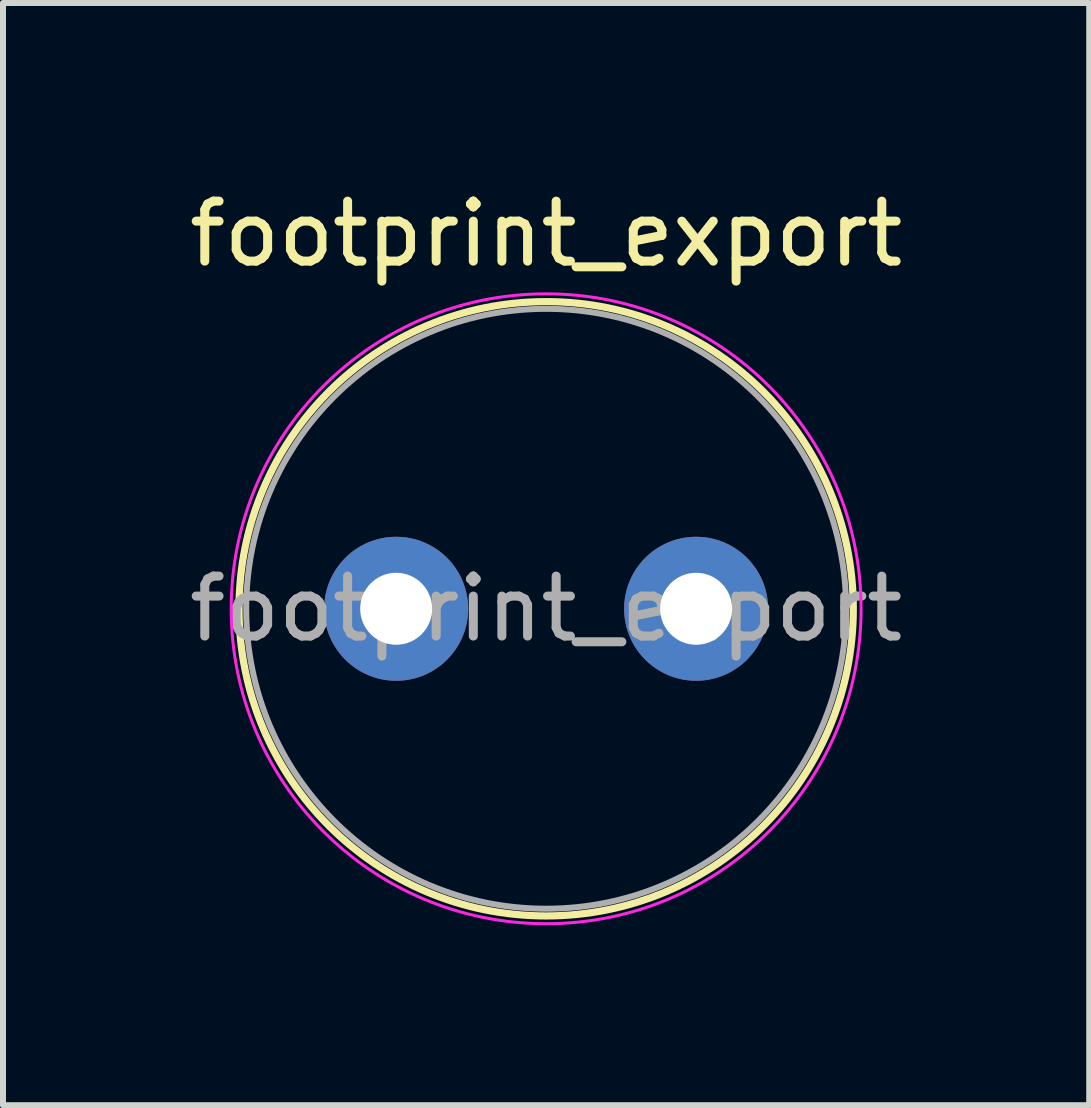
<source format=kicad_pcb>
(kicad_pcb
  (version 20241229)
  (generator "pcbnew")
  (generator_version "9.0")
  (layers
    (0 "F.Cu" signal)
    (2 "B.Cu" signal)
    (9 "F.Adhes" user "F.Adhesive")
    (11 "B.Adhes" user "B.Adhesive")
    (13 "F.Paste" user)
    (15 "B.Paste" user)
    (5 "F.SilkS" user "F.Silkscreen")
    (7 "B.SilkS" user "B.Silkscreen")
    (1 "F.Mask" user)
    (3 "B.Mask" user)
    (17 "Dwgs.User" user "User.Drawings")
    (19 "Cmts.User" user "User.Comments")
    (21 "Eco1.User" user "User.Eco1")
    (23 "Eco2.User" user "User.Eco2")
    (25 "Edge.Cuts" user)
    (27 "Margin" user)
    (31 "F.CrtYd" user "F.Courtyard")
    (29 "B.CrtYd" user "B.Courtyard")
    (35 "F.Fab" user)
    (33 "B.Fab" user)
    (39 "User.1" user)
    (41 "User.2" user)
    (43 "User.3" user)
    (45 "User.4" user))
  (footprint "footprint_export"
    (layer "F.Cu")
    (at 3.554 7.098)
    (property "Reference" "footprint_export" (at 2.5 -6.25 0) (layer "F.SilkS") (effects (font (size 1 1) (thickness 0.15))))
    (attr through_hole)
    (fp_circle (center 2.5 0) (end 7.62 0) (stroke (width 0.12) (type solid)) (fill no) (layer "F.SilkS"))
    (fp_circle (center 2.5 0) (end 7.75 0) (stroke (width 0.05) (type solid)) (fill no) (layer "F.CrtYd"))
    (fp_circle (center 2.5 0) (end 7.5 0) (stroke (width 0.1) (type solid)) (fill no) (layer "F.Fab"))
    (fp_text user "${REFERENCE}" (at 2.5 0 0) (layer "F.Fab") (effects (font (size 1 1) (thickness 0.15))))
    (pad "1" thru_hole circle (at 0 0) (size 2.4 2.4) (drill 1.2) (layers "*.Cu" "*.Mask"))
    (pad "2" thru_hole circle (at 5 0) (size 2.4 2.4) (drill 1.2) (layers "*.Cu" "*.Mask")))
  (gr_rect
    (start -3 -3)
    (end 15.107 15.373)
    (stroke (width 0.1) (type default))
    (fill no)
    (layer "Edge.Cuts")))
</source>
